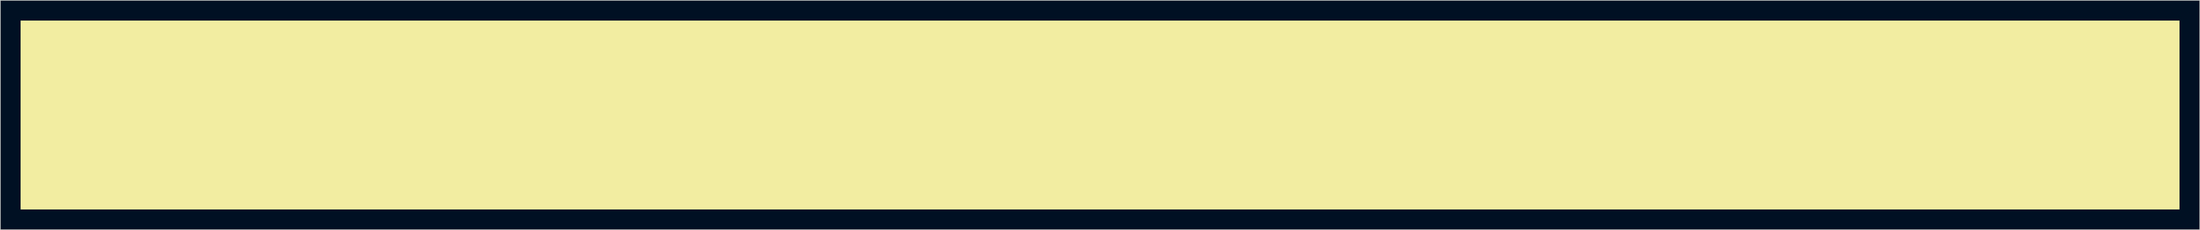
<source format=kicad_pcb>
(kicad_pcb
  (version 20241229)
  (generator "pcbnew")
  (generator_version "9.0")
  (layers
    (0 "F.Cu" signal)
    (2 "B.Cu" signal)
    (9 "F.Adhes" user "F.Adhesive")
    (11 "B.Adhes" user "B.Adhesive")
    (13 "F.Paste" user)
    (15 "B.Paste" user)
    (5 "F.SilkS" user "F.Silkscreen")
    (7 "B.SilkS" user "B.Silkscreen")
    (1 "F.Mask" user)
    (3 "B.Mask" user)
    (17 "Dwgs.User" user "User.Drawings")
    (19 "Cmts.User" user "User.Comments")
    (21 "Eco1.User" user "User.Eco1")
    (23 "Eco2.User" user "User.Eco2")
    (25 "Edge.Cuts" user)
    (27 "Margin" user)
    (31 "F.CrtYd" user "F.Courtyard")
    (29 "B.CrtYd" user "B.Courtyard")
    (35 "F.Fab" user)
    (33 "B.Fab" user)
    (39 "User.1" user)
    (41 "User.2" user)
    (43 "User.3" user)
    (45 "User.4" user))
  (footprint "bubbles white on black real"
    (layer "F.Cu")
    (at 160.025 13.975)
    (property "Reference" "bubbles white on black real" (at 0 0 0) (layer "F.SilkS") (effects (font (size 1.524 1.524) (thickness 0.3))))
    (attr through_hole)
    (fp_poly (pts (xy 160.02 14.055) (xy -160.02 14.055) (xy -160.02 -13.97) (xy 160.02 -13.97) (xy 160.02 14.055)) (stroke (width 0.01) (type solid)) (fill yes) (layer "F.SilkS")))
  (gr_rect
    (start -3 -3)
    (end 323.05 31.035)
    (stroke (width 0.1) (type default))
    (fill no)
    (layer "Edge.Cuts")))
</source>
